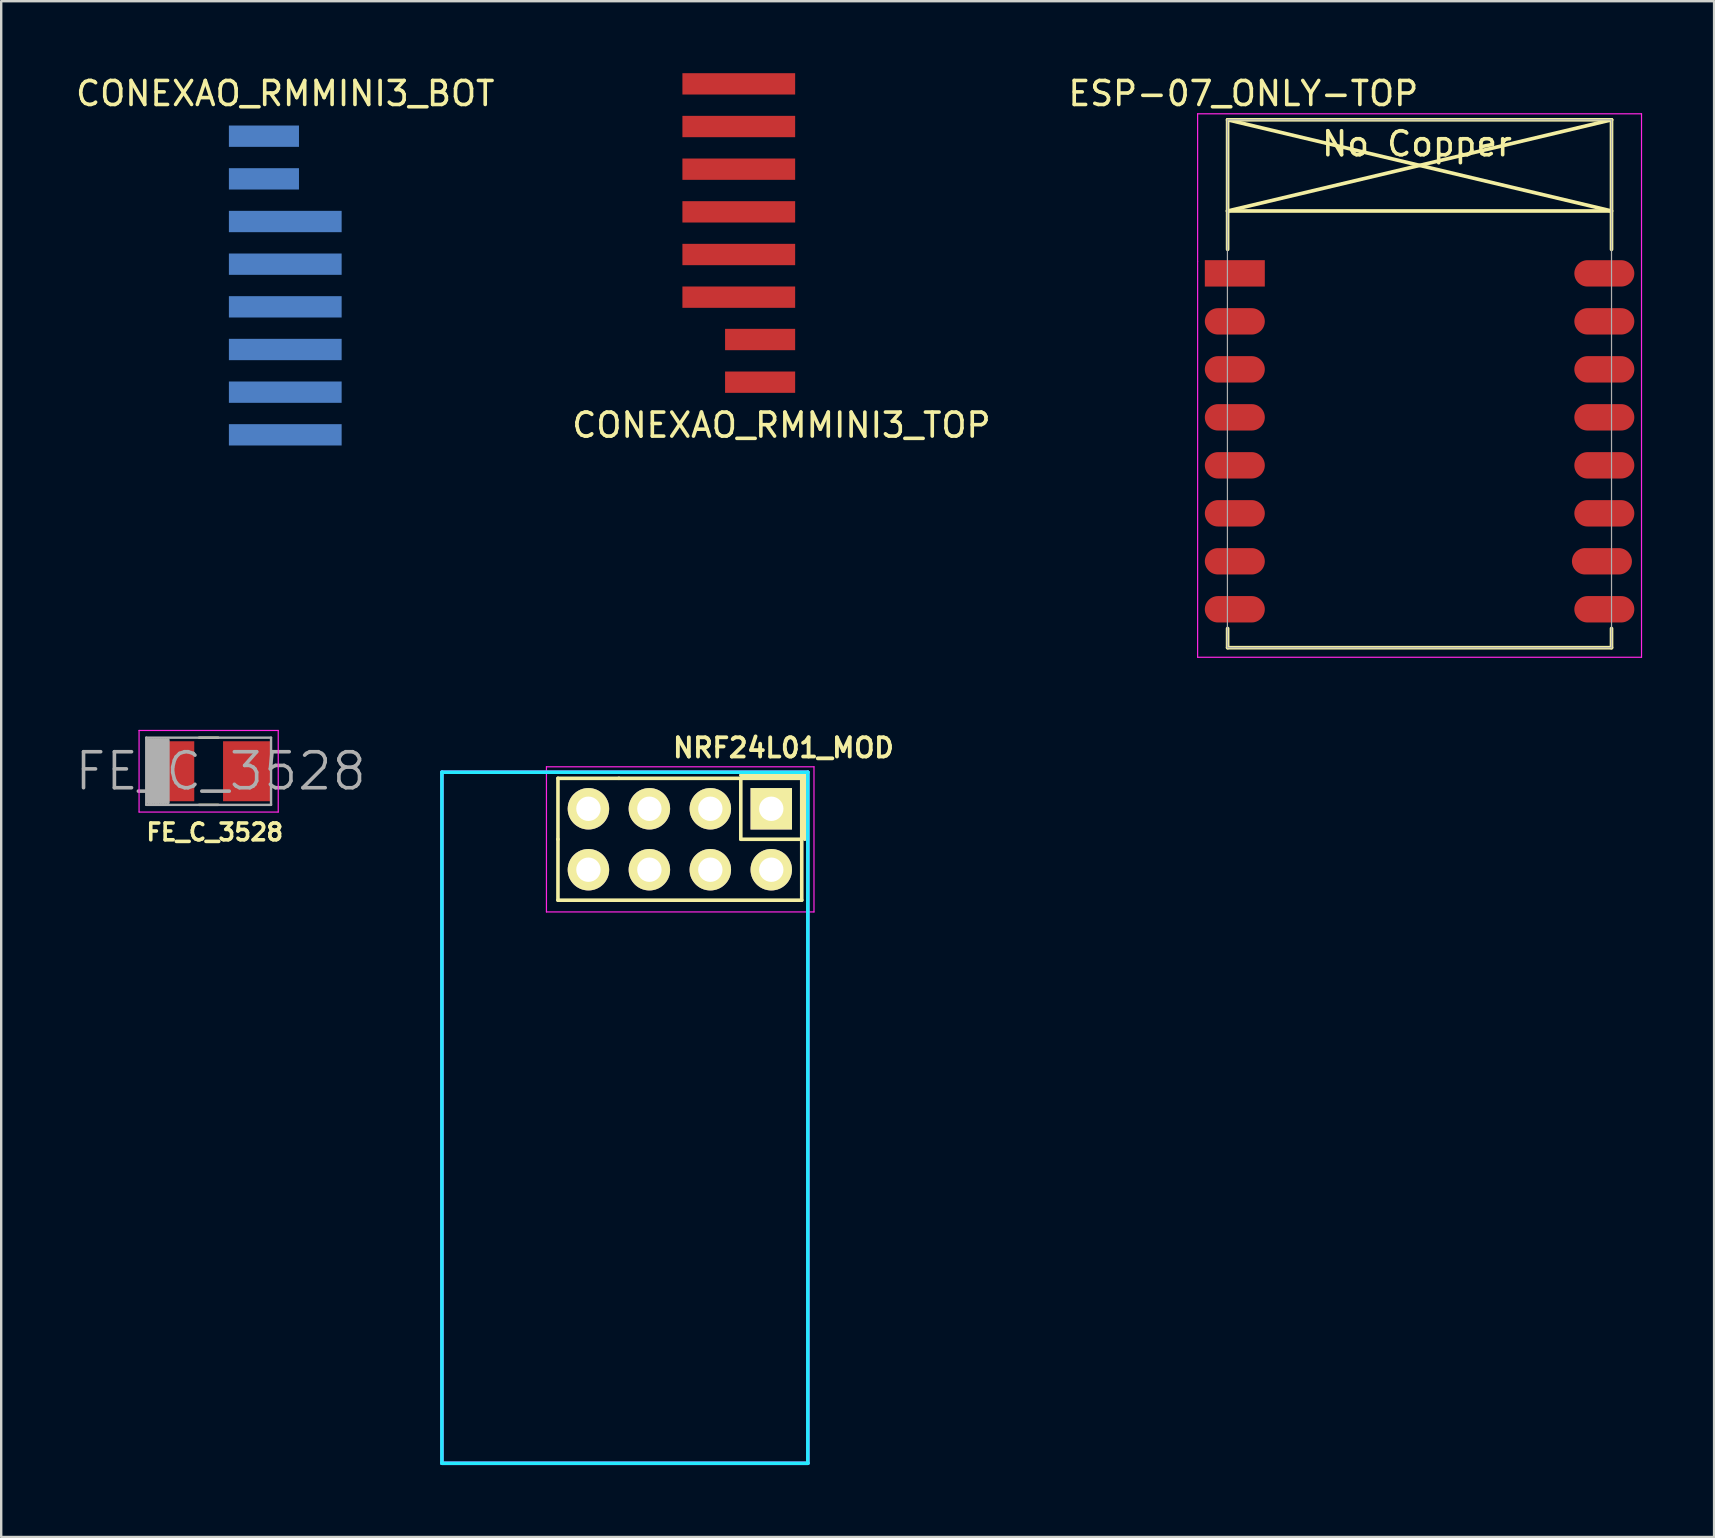
<source format=kicad_pcb>
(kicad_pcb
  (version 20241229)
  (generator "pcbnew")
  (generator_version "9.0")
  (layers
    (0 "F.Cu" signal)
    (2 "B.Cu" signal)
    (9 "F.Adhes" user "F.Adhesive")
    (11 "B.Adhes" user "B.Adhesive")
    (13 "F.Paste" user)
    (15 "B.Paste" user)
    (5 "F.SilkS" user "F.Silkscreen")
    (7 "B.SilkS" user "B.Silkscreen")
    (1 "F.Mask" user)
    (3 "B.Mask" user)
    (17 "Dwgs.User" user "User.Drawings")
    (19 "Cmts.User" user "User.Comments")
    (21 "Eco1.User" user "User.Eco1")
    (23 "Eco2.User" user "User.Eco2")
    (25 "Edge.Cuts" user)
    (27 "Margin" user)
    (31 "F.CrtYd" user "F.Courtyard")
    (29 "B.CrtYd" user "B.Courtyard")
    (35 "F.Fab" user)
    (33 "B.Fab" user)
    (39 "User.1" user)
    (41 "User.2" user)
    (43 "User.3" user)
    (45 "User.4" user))
  (footprint "CONEXAO_RMMINI3_BOT"
    (layer "F.Cu")
    (at 8.839 15.072)
    (property "Reference" "CONEXAO_RMMINI3_BOT" (at 0 -14.224 0) (layer "F.SilkS") (effects (font (size 1 1) (thickness 0.15))))
    (attr through_hole)
    (pad "1" smd rect (at 0 0 180) (size 4.699 0.889) (layers "B.Cu" "B.Mask" "B.Paste"))
    (pad "2" smd rect (at 0 -1.778 180) (size 4.699 0.889) (layers "B.Cu" "B.Mask" "B.Paste"))
    (pad "3" smd rect (at 0 -3.556 180) (size 4.699 0.889) (layers "B.Cu" "B.Mask" "B.Paste"))
    (pad "4" smd rect (at 0 -5.334 180) (size 4.699 0.889) (layers "B.Cu" "B.Mask" "B.Paste"))
    (pad "5" smd rect (at 0 -7.112 180) (size 4.699 0.889) (layers "B.Cu" "B.Mask" "B.Paste"))
    (pad "6" smd rect (at 0 -8.89 180) (size 4.699 0.889) (layers "B.Cu" "B.Mask" "B.Paste"))
    (pad "7" smd rect (at -0.889 -10.668 180) (size 2.921 0.889) (layers "B.Cu" "B.Mask" "B.Paste"))
    (pad "8" smd rect (at -0.889 -12.446 180) (size 2.921 0.889) (layers "B.Cu" "B.Mask" "B.Paste")))
  (footprint "NRF24L01_MOD"
    (layer "F.Cu")
    (at 30.618 29.133)
    (property "Reference" "NRF24L01_MOD" (at -1.016 -1.016 0) (layer "F.SilkS") (effects (font (size 0.8 0.8) (thickness 0.16))))
    (attr through_hole)
    (fp_line (start -10.414 0.254) (end -10.414 2.794) (stroke (width 0.15) (type solid)) (layer "F.SilkS"))
    (fp_line (start -10.414 5.334) (end -10.414 2.794) (stroke (width 0.15) (type solid)) (layer "F.SilkS"))
    (fp_line (start -7.874 0.254) (end -10.414 0.254) (stroke (width 0.15) (type solid)) (layer "F.SilkS"))
    (fp_line (start -7.874 0.254) (end -0.254 0.254) (stroke (width 0.15) (type solid)) (layer "F.SilkS"))
    (fp_line (start -2.794 0.127) (end -0.127 0.127) (stroke (width 0.15) (type solid)) (layer "F.SilkS"))
    (fp_line (start -2.794 0.254) (end -2.794 2.794) (stroke (width 0.15) (type solid)) (layer "F.SilkS"))
    (fp_line (start -2.794 2.794) (end -0.254 2.794) (stroke (width 0.15) (type solid)) (layer "F.SilkS"))
    (fp_line (start -0.254 0.254) (end -0.254 5.334) (stroke (width 0.15) (type solid)) (layer "F.SilkS"))
    (fp_line (start -0.254 5.334) (end -10.414 5.334) (stroke (width 0.15) (type solid)) (layer "F.SilkS"))
    (fp_line (start -0.127 0.127) (end -0.127 2.794) (stroke (width 0.15) (type solid)) (layer "F.SilkS"))
    (fp_line (start -15.25 0) (end -15.25 28.8) (stroke (width 0.15) (type solid)) (layer "B.CrtYd"))
    (fp_line (start -15.25 28.8) (end 0 28.8) (stroke (width 0.15) (type solid)) (layer "B.CrtYd"))
    (fp_line (start 0 0) (end -15.25 0) (stroke (width 0.15) (type solid)) (layer "B.CrtYd"))
    (fp_line (start 0 28.8) (end 0 0) (stroke (width 0.15) (type solid)) (layer "B.CrtYd"))
    (fp_line (start -15.25 0) (end -15.25 28.8) (stroke (width 0.15) (type solid)) (layer "F.CrtYd"))
    (fp_line (start -15.25 28.8) (end 0 28.8) (stroke (width 0.15) (type solid)) (layer "F.CrtYd"))
    (fp_line (start -10.894 -0.226) (end -10.894 5.824) (stroke (width 0.05) (type solid)) (layer "F.CrtYd"))
    (fp_line (start -10.894 -0.226) (end 0.256 -0.226) (stroke (width 0.05) (type solid)) (layer "F.CrtYd"))
    (fp_line (start -10.894 5.824) (end 0.256 5.824) (stroke (width 0.05) (type solid)) (layer "F.CrtYd"))
    (fp_line (start 0 0) (end -15.25 0) (stroke (width 0.15) (type solid)) (layer "F.CrtYd"))
    (fp_line (start 0 28.8) (end 0 0) (stroke (width 0.15) (type solid)) (layer "F.CrtYd"))
    (fp_line (start 0.256 -0.226) (end 0.256 5.824) (stroke (width 0.05) (type solid)) (layer "F.CrtYd"))
    (pad "1" thru_hole rect (at -1.524 1.524) (size 1.727 1.727) (drill 1.016) (layers "*.Cu" "*.Mask" "F.SilkS"))
    (pad "2" thru_hole oval (at -1.524 4.064) (size 1.727 1.727) (drill 1.016) (layers "*.Cu" "*.Mask" "F.SilkS"))
    (pad "3" thru_hole oval (at -4.064 1.524) (size 1.727 1.727) (drill 1.016) (layers "*.Cu" "*.Mask" "F.SilkS"))
    (pad "4" thru_hole oval (at -4.064 4.064) (size 1.727 1.727) (drill 1.016) (layers "*.Cu" "*.Mask" "F.SilkS"))
    (pad "5" thru_hole oval (at -6.604 1.524) (size 1.727 1.727) (drill 1.016) (layers "*.Cu" "*.Mask" "F.SilkS"))
    (pad "6" thru_hole oval (at -6.604 4.064) (size 1.727 1.727) (drill 1.016) (layers "*.Cu" "*.Mask" "F.SilkS"))
    (pad "7" thru_hole oval (at -9.144 1.524) (size 1.727 1.727) (drill 1.016) (layers "*.Cu" "*.Mask" "F.SilkS"))
    (pad "8" thru_hole oval (at -9.144 4.064) (size 1.727 1.727) (drill 1.016) (layers "*.Cu" "*.Mask" "F.SilkS")))
  (footprint "CONEXAO_RMMINI3_TOP"
    (layer "F.Cu")
    (at 27.74 0.445)
    (property "Reference" "CONEXAO_RMMINI3_TOP" (at 1.778 14.224 0) (layer "F.SilkS") (effects (font (size 1 1) (thickness 0.15))))
    (attr through_hole)
    (pad "1" smd rect (at 0 0) (size 4.699 0.889) (layers "F.Cu" "F.Mask" "F.Paste"))
    (pad "2" smd rect (at 0 1.778) (size 4.699 0.889) (layers "F.Cu" "F.Mask" "F.Paste"))
    (pad "3" smd rect (at 0 3.556) (size 4.699 0.889) (layers "F.Cu" "F.Mask" "F.Paste"))
    (pad "4" smd rect (at 0 5.334) (size 4.699 0.889) (layers "F.Cu" "F.Mask" "F.Paste"))
    (pad "5" smd rect (at 0 7.112) (size 4.699 0.889) (layers "F.Cu" "F.Mask" "F.Paste"))
    (pad "6" smd rect (at 0 8.89) (size 4.699 0.889) (layers "F.Cu" "F.Mask" "F.Paste"))
    (pad "7" smd rect (at 0.889 10.655) (size 2.921 0.889) (layers "F.Cu" "F.Mask" "F.Paste"))
    (pad "8" smd rect (at 0.889 12.433) (size 2.921 0.889) (layers "F.Cu" "F.Mask" "F.Paste")))
  (footprint "FE_C_3528"
    (layer "F.Cu")
    (at 5.646 29.093)
    (property "Reference" "FE_C_3528" (at 0.254 2.54 0) (layer "F.SilkS") (effects (font (size 0.7 0.7) (thickness 0.15))))
    (attr smd)
    (fp_line (start -0.4 -1.4) (end 0.4 -1.4) (stroke (width 0.1) (type solid)) (layer "F.SilkS"))
    (fp_line (start -0.4 1.4) (end 0.4 1.4) (stroke (width 0.1) (type solid)) (layer "F.SilkS"))
    (fp_line (start -2.9 -1.7) (end 2.9 -1.7) (stroke (width 0.05) (type solid)) (layer "F.CrtYd"))
    (fp_line (start -2.9 1.7) (end -2.9 -1.7) (stroke (width 0.05) (type solid)) (layer "F.CrtYd"))
    (fp_line (start 2.9 -1.7) (end 2.9 1.7) (stroke (width 0.05) (type solid)) (layer "F.CrtYd"))
    (fp_line (start 2.9 1.7) (end -2.9 1.7) (stroke (width 0.05) (type solid)) (layer "F.CrtYd"))
    (fp_line (start -2.6 -1.4) (end 2.6 -1.4) (stroke (width 0.1) (type solid)) (layer "F.Fab"))
    (fp_line (start -2.6 1.4) (end -2.6 -1.4) (stroke (width 0.1) (type solid)) (layer "F.Fab"))
    (fp_line (start -2.5 -1.3) (end -2.5 1.3) (stroke (width 0.15) (type solid)) (layer "F.Fab"))
    (fp_line (start -2.4 1.3) (end -2.4 -1.3) (stroke (width 0.15) (type solid)) (layer "F.Fab"))
    (fp_line (start -2.3 -1.3) (end -2.3 1.3) (stroke (width 0.15) (type solid)) (layer "F.Fab"))
    (fp_line (start -2.2 1.3) (end -2.2 -1.3) (stroke (width 0.15) (type solid)) (layer "F.Fab"))
    (fp_line (start -2.1 1.3) (end -2.1 -1.3) (stroke (width 0.15) (type solid)) (layer "F.Fab"))
    (fp_line (start -2 -1.3) (end -2 1.3) (stroke (width 0.15) (type solid)) (layer "F.Fab"))
    (fp_line (start -1.9 1.3) (end -1.9 -1.3) (stroke (width 0.15) (type solid)) (layer "F.Fab"))
    (fp_line (start -1.8 -1.3) (end -1.8 1.3) (stroke (width 0.15) (type solid)) (layer "F.Fab"))
    (fp_line (start -1.7 1.3) (end -1.7 -1.3) (stroke (width 0.15) (type solid)) (layer "F.Fab"))
    (fp_line (start 2.6 -1.4) (end 2.6 1.4) (stroke (width 0.1) (type solid)) (layer "F.Fab"))
    (fp_line (start 2.6 1.4) (end -2.6 1.4) (stroke (width 0.1) (type solid)) (layer "F.Fab"))
    (fp_text user "${REFERENCE}" (at 0.5 0 0) (layer "F.Fab") (effects (font (size 1.5 1.5) (thickness 0.15))))
    (pad "1" smd rect (at -1.6 0) (size 2 2.5) (layers "F.Cu" "F.Mask" "F.Paste"))
    (pad "2" smd rect (at 1.6 0) (size 2 2.5) (layers "F.Cu" "F.Mask" "F.Paste")))
  (footprint "ESP-07_ONLY-TOP"
    (layer "F.Cu")
    (at 55.463 13.423)
    (property "Reference" "ESP-07_ONLY-TOP" (at -6.695 -12.575 0) (layer "F.SilkS") (effects (font (size 1 1) (thickness 0.15))))
    (attr through_hole)
    (fp_line (start -7.358 -7.68) (end 8.642 -7.68) (stroke (width 0.152) (type solid)) (layer "F.SilkS"))
    (fp_line (start -7.35 -11.48) (end -7.35 -6.08) (stroke (width 0.152) (type solid)) (layer "F.SilkS"))
    (fp_line (start -7.35 -11.48) (end 8.65 -11.48) (stroke (width 0.152) (type solid)) (layer "F.SilkS"))
    (fp_line (start -7.35 -11.48) (end 8.65 -7.68) (stroke (width 0.152) (type solid)) (layer "F.SilkS"))
    (fp_line (start -7.35 9.72) (end -7.35 10.52) (stroke (width 0.152) (type solid)) (layer "F.SilkS"))
    (fp_line (start -7.35 10.52) (end 8.65 10.52) (stroke (width 0.152) (type solid)) (layer "F.SilkS"))
    (fp_line (start 8.65 -11.48) (end -7.35 -7.68) (stroke (width 0.152) (type solid)) (layer "F.SilkS"))
    (fp_line (start 8.65 -11.48) (end 8.65 -6.08) (stroke (width 0.152) (type solid)) (layer "F.SilkS"))
    (fp_line (start 8.65 10.52) (end 8.65 9.72) (stroke (width 0.152) (type solid)) (layer "F.SilkS"))
    (fp_line (start -8.6 -11.73) (end 9.9 -11.73) (stroke (width 0.05) (type solid)) (layer "F.CrtYd"))
    (fp_line (start -8.6 -5.58) (end -8.6 -11.73) (stroke (width 0.05) (type solid)) (layer "F.CrtYd"))
    (fp_line (start -8.6 10.92) (end -8.6 -5.58) (stroke (width 0.05) (type solid)) (layer "F.CrtYd"))
    (fp_line (start 9.9 -11.73) (end 9.9 10.92) (stroke (width 0.05) (type solid)) (layer "F.CrtYd"))
    (fp_line (start 9.9 10.92) (end -8.6 10.92) (stroke (width 0.05) (type solid)) (layer "F.CrtYd"))
    (fp_line (start -7.358 10.52) (end -7.358 -11.48) (stroke (width 0.05) (type solid)) (layer "F.Fab"))
    (fp_line (start -7.35 -11.48) (end 8.65 -11.48) (stroke (width 0.05) (type solid)) (layer "F.Fab"))
    (fp_line (start 8.65 -11.48) (end 8.65 10.52) (stroke (width 0.05) (type solid)) (layer "F.Fab"))
    (fp_line (start 8.65 10.52) (end -7.35 10.52) (stroke (width 0.05) (type solid)) (layer "F.Fab"))
    (fp_text user "No Copper" (at 0.542 -10.48 0) (layer "F.SilkS") (effects (font (size 1 1) (thickness 0.15))))
    (pad "1" smd rect (at -6.35 -5.08) (size 2.5 1.1) (drill (offset -0.7 0)) (layers "F.Cu" "F.Mask" "F.Paste"))
    (pad "2" smd oval (at -6.35 -3.08) (size 2.5 1.1) (drill (offset -0.7 0)) (layers "F.Cu" "F.Mask" "F.Paste"))
    (pad "3" smd oval (at -6.35 -1.08) (size 2.5 1.1) (drill (offset -0.7 0)) (layers "F.Cu" "F.Mask" "F.Paste"))
    (pad "4" smd oval (at -6.35 0.92) (size 2.5 1.1) (drill (offset -0.7 0)) (layers "F.Cu" "F.Mask" "F.Paste"))
    (pad "5" smd oval (at -6.35 2.92) (size 2.5 1.1) (drill (offset -0.7 0)) (layers "F.Cu" "F.Mask" "F.Paste"))
    (pad "6" smd oval (at -6.35 4.92) (size 2.5 1.1) (drill (offset -0.7 0)) (layers "F.Cu" "F.Mask" "F.Paste"))
    (pad "7" smd oval (at -6.35 6.92) (size 2.5 1.1) (drill (offset -0.7 0)) (layers "F.Cu" "F.Mask" "F.Paste"))
    (pad "8" smd oval (at -6.35 8.92) (size 2.5 1.1) (drill (offset -0.7 0)) (layers "F.Cu" "F.Mask" "F.Paste"))
    (pad "9" smd oval (at 7.65 8.92) (size 2.5 1.1) (drill (offset 0.7 0)) (layers "F.Cu" "F.Mask" "F.Paste"))
    (pad "10" smd oval (at 7.65 6.92) (size 2.5 1.1) (drill (offset 0.6 0)) (layers "F.Cu" "F.Mask" "F.Paste"))
    (pad "11" smd oval (at 7.65 4.92) (size 2.5 1.1) (drill (offset 0.7 0)) (layers "F.Cu" "F.Mask" "F.Paste"))
    (pad "12" smd oval (at 7.65 2.92) (size 2.5 1.1) (drill (offset 0.7 0)) (layers "F.Cu" "F.Mask" "F.Paste"))
    (pad "13" smd oval (at 7.65 0.92) (size 2.5 1.1) (drill (offset 0.7 0)) (layers "F.Cu" "F.Mask" "F.Paste"))
    (pad "14" smd oval (at 7.65 -1.08) (size 2.5 1.1) (drill (offset 0.7 0)) (layers "F.Cu" "F.Mask" "F.Paste"))
    (pad "15" smd oval (at 7.65 -3.08) (size 2.5 1.1) (drill (offset 0.7 0)) (layers "F.Cu" "F.Mask" "F.Paste"))
    (pad "16" smd oval (at 7.65 -5.08) (size 2.5 1.1) (drill (offset 0.7 0)) (layers "F.Cu" "F.Mask" "F.Paste")))
  (gr_rect
    (start -3 -3)
    (end 68.388 61.008)
    (stroke (width 0.1) (type default))
    (fill no)
    (layer "Edge.Cuts")))
</source>
